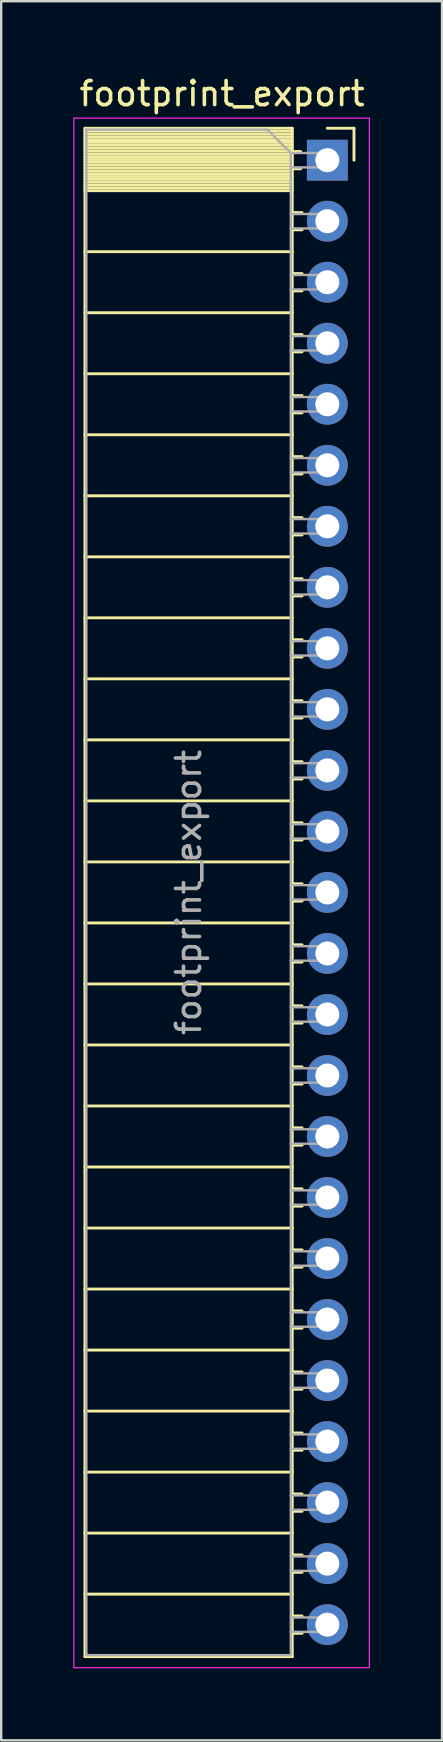
<source format=kicad_pcb>
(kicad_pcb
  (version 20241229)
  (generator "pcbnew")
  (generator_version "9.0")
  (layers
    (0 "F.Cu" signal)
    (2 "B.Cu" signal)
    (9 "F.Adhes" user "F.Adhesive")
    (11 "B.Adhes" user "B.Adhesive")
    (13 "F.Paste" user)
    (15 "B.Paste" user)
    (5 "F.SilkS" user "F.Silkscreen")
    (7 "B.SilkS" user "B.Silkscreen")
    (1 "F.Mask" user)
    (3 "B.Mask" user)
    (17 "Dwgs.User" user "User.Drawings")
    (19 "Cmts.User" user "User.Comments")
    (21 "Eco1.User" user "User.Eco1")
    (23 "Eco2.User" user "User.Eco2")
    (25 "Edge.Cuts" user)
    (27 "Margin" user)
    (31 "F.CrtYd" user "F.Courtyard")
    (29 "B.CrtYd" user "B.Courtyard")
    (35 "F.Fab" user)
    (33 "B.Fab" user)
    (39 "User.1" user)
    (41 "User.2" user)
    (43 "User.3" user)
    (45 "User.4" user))
  (footprint "footprint_export"
    (layer "F.Cu")
    (at 10.575 3.618)
    (property "Reference" "footprint_export" (at -4.38 -2.77 0) (layer "F.SilkS") (effects (font (size 1 1) (thickness 0.15))))
    (attr through_hole)
    (fp_line (start -10.09 -1.33) (end -10.09 62.29) (stroke (width 0.12) (type solid)) (layer "F.SilkS"))
    (fp_line (start -10.09 -1.33) (end -1.46 -1.33) (stroke (width 0.12) (type solid)) (layer "F.SilkS"))
    (fp_line (start -10.09 -1.21) (end -1.46 -1.21) (stroke (width 0.12) (type solid)) (layer "F.SilkS"))
    (fp_line (start -10.09 -1.092) (end -1.46 -1.092) (stroke (width 0.12) (type solid)) (layer "F.SilkS"))
    (fp_line (start -10.09 -0.974) (end -1.46 -0.974) (stroke (width 0.12) (type solid)) (layer "F.SilkS"))
    (fp_line (start -10.09 -0.856) (end -1.46 -0.856) (stroke (width 0.12) (type solid)) (layer "F.SilkS"))
    (fp_line (start -10.09 -0.738) (end -1.46 -0.738) (stroke (width 0.12) (type solid)) (layer "F.SilkS"))
    (fp_line (start -10.09 -0.62) (end -1.46 -0.62) (stroke (width 0.12) (type solid)) (layer "F.SilkS"))
    (fp_line (start -10.09 -0.501) (end -1.46 -0.501) (stroke (width 0.12) (type solid)) (layer "F.SilkS"))
    (fp_line (start -10.09 -0.383) (end -1.46 -0.383) (stroke (width 0.12) (type solid)) (layer "F.SilkS"))
    (fp_line (start -10.09 -0.265) (end -1.46 -0.265) (stroke (width 0.12) (type solid)) (layer "F.SilkS"))
    (fp_line (start -10.09 -0.147) (end -1.46 -0.147) (stroke (width 0.12) (type solid)) (layer "F.SilkS"))
    (fp_line (start -10.09 -0.029) (end -1.46 -0.029) (stroke (width 0.12) (type solid)) (layer "F.SilkS"))
    (fp_line (start -10.09 0.089) (end -1.46 0.089) (stroke (width 0.12) (type solid)) (layer "F.SilkS"))
    (fp_line (start -10.09 0.207) (end -1.46 0.207) (stroke (width 0.12) (type solid)) (layer "F.SilkS"))
    (fp_line (start -10.09 0.325) (end -1.46 0.325) (stroke (width 0.12) (type solid)) (layer "F.SilkS"))
    (fp_line (start -10.09 0.443) (end -1.46 0.443) (stroke (width 0.12) (type solid)) (layer "F.SilkS"))
    (fp_line (start -10.09 0.561) (end -1.46 0.561) (stroke (width 0.12) (type solid)) (layer "F.SilkS"))
    (fp_line (start -10.09 0.68) (end -1.46 0.68) (stroke (width 0.12) (type solid)) (layer "F.SilkS"))
    (fp_line (start -10.09 0.798) (end -1.46 0.798) (stroke (width 0.12) (type solid)) (layer "F.SilkS"))
    (fp_line (start -10.09 0.916) (end -1.46 0.916) (stroke (width 0.12) (type solid)) (layer "F.SilkS"))
    (fp_line (start -10.09 1.034) (end -1.46 1.034) (stroke (width 0.12) (type solid)) (layer "F.SilkS"))
    (fp_line (start -10.09 1.152) (end -1.46 1.152) (stroke (width 0.12) (type solid)) (layer "F.SilkS"))
    (fp_line (start -10.09 1.27) (end -1.46 1.27) (stroke (width 0.12) (type solid)) (layer "F.SilkS"))
    (fp_line (start -10.09 3.81) (end -1.46 3.81) (stroke (width 0.12) (type solid)) (layer "F.SilkS"))
    (fp_line (start -10.09 6.35) (end -1.46 6.35) (stroke (width 0.12) (type solid)) (layer "F.SilkS"))
    (fp_line (start -10.09 8.89) (end -1.46 8.89) (stroke (width 0.12) (type solid)) (layer "F.SilkS"))
    (fp_line (start -10.09 11.43) (end -1.46 11.43) (stroke (width 0.12) (type solid)) (layer "F.SilkS"))
    (fp_line (start -10.09 13.97) (end -1.46 13.97) (stroke (width 0.12) (type solid)) (layer "F.SilkS"))
    (fp_line (start -10.09 16.51) (end -1.46 16.51) (stroke (width 0.12) (type solid)) (layer "F.SilkS"))
    (fp_line (start -10.09 19.05) (end -1.46 19.05) (stroke (width 0.12) (type solid)) (layer "F.SilkS"))
    (fp_line (start -10.09 21.59) (end -1.46 21.59) (stroke (width 0.12) (type solid)) (layer "F.SilkS"))
    (fp_line (start -10.09 24.13) (end -1.46 24.13) (stroke (width 0.12) (type solid)) (layer "F.SilkS"))
    (fp_line (start -10.09 26.67) (end -1.46 26.67) (stroke (width 0.12) (type solid)) (layer "F.SilkS"))
    (fp_line (start -10.09 29.21) (end -1.46 29.21) (stroke (width 0.12) (type solid)) (layer "F.SilkS"))
    (fp_line (start -10.09 31.75) (end -1.46 31.75) (stroke (width 0.12) (type solid)) (layer "F.SilkS"))
    (fp_line (start -10.09 34.29) (end -1.46 34.29) (stroke (width 0.12) (type solid)) (layer "F.SilkS"))
    (fp_line (start -10.09 36.83) (end -1.46 36.83) (stroke (width 0.12) (type solid)) (layer "F.SilkS"))
    (fp_line (start -10.09 39.37) (end -1.46 39.37) (stroke (width 0.12) (type solid)) (layer "F.SilkS"))
    (fp_line (start -10.09 41.91) (end -1.46 41.91) (stroke (width 0.12) (type solid)) (layer "F.SilkS"))
    (fp_line (start -10.09 44.45) (end -1.46 44.45) (stroke (width 0.12) (type solid)) (layer "F.SilkS"))
    (fp_line (start -10.09 46.99) (end -1.46 46.99) (stroke (width 0.12) (type solid)) (layer "F.SilkS"))
    (fp_line (start -10.09 49.53) (end -1.46 49.53) (stroke (width 0.12) (type solid)) (layer "F.SilkS"))
    (fp_line (start -10.09 52.07) (end -1.46 52.07) (stroke (width 0.12) (type solid)) (layer "F.SilkS"))
    (fp_line (start -10.09 54.61) (end -1.46 54.61) (stroke (width 0.12) (type solid)) (layer "F.SilkS"))
    (fp_line (start -10.09 57.15) (end -1.46 57.15) (stroke (width 0.12) (type solid)) (layer "F.SilkS"))
    (fp_line (start -10.09 59.69) (end -1.46 59.69) (stroke (width 0.12) (type solid)) (layer "F.SilkS"))
    (fp_line (start -10.09 62.29) (end -1.46 62.29) (stroke (width 0.12) (type solid)) (layer "F.SilkS"))
    (fp_line (start -1.46 -1.33) (end -1.46 62.29) (stroke (width 0.12) (type solid)) (layer "F.SilkS"))
    (fp_line (start -1.46 -0.36) (end -1.11 -0.36) (stroke (width 0.12) (type solid)) (layer "F.SilkS"))
    (fp_line (start -1.46 0.36) (end -1.11 0.36) (stroke (width 0.12) (type solid)) (layer "F.SilkS"))
    (fp_line (start -1.46 2.18) (end -1.05 2.18) (stroke (width 0.12) (type solid)) (layer "F.SilkS"))
    (fp_line (start -1.46 2.9) (end -1.05 2.9) (stroke (width 0.12) (type solid)) (layer "F.SilkS"))
    (fp_line (start -1.46 4.72) (end -1.05 4.72) (stroke (width 0.12) (type solid)) (layer "F.SilkS"))
    (fp_line (start -1.46 5.44) (end -1.05 5.44) (stroke (width 0.12) (type solid)) (layer "F.SilkS"))
    (fp_line (start -1.46 7.26) (end -1.05 7.26) (stroke (width 0.12) (type solid)) (layer "F.SilkS"))
    (fp_line (start -1.46 7.98) (end -1.05 7.98) (stroke (width 0.12) (type solid)) (layer "F.SilkS"))
    (fp_line (start -1.46 9.8) (end -1.05 9.8) (stroke (width 0.12) (type solid)) (layer "F.SilkS"))
    (fp_line (start -1.46 10.52) (end -1.05 10.52) (stroke (width 0.12) (type solid)) (layer "F.SilkS"))
    (fp_line (start -1.46 12.34) (end -1.05 12.34) (stroke (width 0.12) (type solid)) (layer "F.SilkS"))
    (fp_line (start -1.46 13.06) (end -1.05 13.06) (stroke (width 0.12) (type solid)) (layer "F.SilkS"))
    (fp_line (start -1.46 14.88) (end -1.05 14.88) (stroke (width 0.12) (type solid)) (layer "F.SilkS"))
    (fp_line (start -1.46 15.6) (end -1.05 15.6) (stroke (width 0.12) (type solid)) (layer "F.SilkS"))
    (fp_line (start -1.46 17.42) (end -1.05 17.42) (stroke (width 0.12) (type solid)) (layer "F.SilkS"))
    (fp_line (start -1.46 18.14) (end -1.05 18.14) (stroke (width 0.12) (type solid)) (layer "F.SilkS"))
    (fp_line (start -1.46 19.96) (end -1.05 19.96) (stroke (width 0.12) (type solid)) (layer "F.SilkS"))
    (fp_line (start -1.46 20.68) (end -1.05 20.68) (stroke (width 0.12) (type solid)) (layer "F.SilkS"))
    (fp_line (start -1.46 22.5) (end -1.05 22.5) (stroke (width 0.12) (type solid)) (layer "F.SilkS"))
    (fp_line (start -1.46 23.22) (end -1.05 23.22) (stroke (width 0.12) (type solid)) (layer "F.SilkS"))
    (fp_line (start -1.46 25.04) (end -1.05 25.04) (stroke (width 0.12) (type solid)) (layer "F.SilkS"))
    (fp_line (start -1.46 25.76) (end -1.05 25.76) (stroke (width 0.12) (type solid)) (layer "F.SilkS"))
    (fp_line (start -1.46 27.58) (end -1.05 27.58) (stroke (width 0.12) (type solid)) (layer "F.SilkS"))
    (fp_line (start -1.46 28.3) (end -1.05 28.3) (stroke (width 0.12) (type solid)) (layer "F.SilkS"))
    (fp_line (start -1.46 30.12) (end -1.05 30.12) (stroke (width 0.12) (type solid)) (layer "F.SilkS"))
    (fp_line (start -1.46 30.84) (end -1.05 30.84) (stroke (width 0.12) (type solid)) (layer "F.SilkS"))
    (fp_line (start -1.46 32.66) (end -1.05 32.66) (stroke (width 0.12) (type solid)) (layer "F.SilkS"))
    (fp_line (start -1.46 33.38) (end -1.05 33.38) (stroke (width 0.12) (type solid)) (layer "F.SilkS"))
    (fp_line (start -1.46 35.2) (end -1.05 35.2) (stroke (width 0.12) (type solid)) (layer "F.SilkS"))
    (fp_line (start -1.46 35.92) (end -1.05 35.92) (stroke (width 0.12) (type solid)) (layer "F.SilkS"))
    (fp_line (start -1.46 37.74) (end -1.05 37.74) (stroke (width 0.12) (type solid)) (layer "F.SilkS"))
    (fp_line (start -1.46 38.46) (end -1.05 38.46) (stroke (width 0.12) (type solid)) (layer "F.SilkS"))
    (fp_line (start -1.46 40.28) (end -1.05 40.28) (stroke (width 0.12) (type solid)) (layer "F.SilkS"))
    (fp_line (start -1.46 41) (end -1.05 41) (stroke (width 0.12) (type solid)) (layer "F.SilkS"))
    (fp_line (start -1.46 42.82) (end -1.05 42.82) (stroke (width 0.12) (type solid)) (layer "F.SilkS"))
    (fp_line (start -1.46 43.54) (end -1.05 43.54) (stroke (width 0.12) (type solid)) (layer "F.SilkS"))
    (fp_line (start -1.46 45.36) (end -1.05 45.36) (stroke (width 0.12) (type solid)) (layer "F.SilkS"))
    (fp_line (start -1.46 46.08) (end -1.05 46.08) (stroke (width 0.12) (type solid)) (layer "F.SilkS"))
    (fp_line (start -1.46 47.9) (end -1.05 47.9) (stroke (width 0.12) (type solid)) (layer "F.SilkS"))
    (fp_line (start -1.46 48.62) (end -1.05 48.62) (stroke (width 0.12) (type solid)) (layer "F.SilkS"))
    (fp_line (start -1.46 50.44) (end -1.05 50.44) (stroke (width 0.12) (type solid)) (layer "F.SilkS"))
    (fp_line (start -1.46 51.16) (end -1.05 51.16) (stroke (width 0.12) (type solid)) (layer "F.SilkS"))
    (fp_line (start -1.46 52.98) (end -1.05 52.98) (stroke (width 0.12) (type solid)) (layer "F.SilkS"))
    (fp_line (start -1.46 53.7) (end -1.05 53.7) (stroke (width 0.12) (type solid)) (layer "F.SilkS"))
    (fp_line (start -1.46 55.52) (end -1.05 55.52) (stroke (width 0.12) (type solid)) (layer "F.SilkS"))
    (fp_line (start -1.46 56.24) (end -1.05 56.24) (stroke (width 0.12) (type solid)) (layer "F.SilkS"))
    (fp_line (start -1.46 58.06) (end -1.05 58.06) (stroke (width 0.12) (type solid)) (layer "F.SilkS"))
    (fp_line (start -1.46 58.78) (end -1.05 58.78) (stroke (width 0.12) (type solid)) (layer "F.SilkS"))
    (fp_line (start -1.46 60.6) (end -1.05 60.6) (stroke (width 0.12) (type solid)) (layer "F.SilkS"))
    (fp_line (start -1.46 61.32) (end -1.05 61.32) (stroke (width 0.12) (type solid)) (layer "F.SilkS"))
    (fp_line (start 0 -1.33) (end 1.11 -1.33) (stroke (width 0.12) (type solid)) (layer "F.SilkS"))
    (fp_line (start 1.11 -1.33) (end 1.11 0) (stroke (width 0.12) (type solid)) (layer "F.SilkS"))
    (fp_line (start -10.55 -1.75) (end -10.55 62.75) (stroke (width 0.05) (type solid)) (layer "F.CrtYd"))
    (fp_line (start -10.55 62.75) (end 1.75 62.75) (stroke (width 0.05) (type solid)) (layer "F.CrtYd"))
    (fp_line (start 1.75 -1.75) (end -10.55 -1.75) (stroke (width 0.05) (type solid)) (layer "F.CrtYd"))
    (fp_line (start 1.75 62.75) (end 1.75 -1.75) (stroke (width 0.05) (type solid)) (layer "F.CrtYd"))
    (fp_line (start -10.03 -1.27) (end -2.49 -1.27) (stroke (width 0.1) (type solid)) (layer "F.Fab"))
    (fp_line (start -10.03 62.23) (end -10.03 -1.27) (stroke (width 0.1) (type solid)) (layer "F.Fab"))
    (fp_line (start -2.49 -1.27) (end -1.52 -0.3) (stroke (width 0.1) (type solid)) (layer "F.Fab"))
    (fp_line (start -1.52 -0.3) (end -1.52 62.23) (stroke (width 0.1) (type solid)) (layer "F.Fab"))
    (fp_line (start -1.52 0.3) (end 0 0.3) (stroke (width 0.1) (type solid)) (layer "F.Fab"))
    (fp_line (start -1.52 2.84) (end 0 2.84) (stroke (width 0.1) (type solid)) (layer "F.Fab"))
    (fp_line (start -1.52 5.38) (end 0 5.38) (stroke (width 0.1) (type solid)) (layer "F.Fab"))
    (fp_line (start -1.52 7.92) (end 0 7.92) (stroke (width 0.1) (type solid)) (layer "F.Fab"))
    (fp_line (start -1.52 10.46) (end 0 10.46) (stroke (width 0.1) (type solid)) (layer "F.Fab"))
    (fp_line (start -1.52 13) (end 0 13) (stroke (width 0.1) (type solid)) (layer "F.Fab"))
    (fp_line (start -1.52 15.54) (end 0 15.54) (stroke (width 0.1) (type solid)) (layer "F.Fab"))
    (fp_line (start -1.52 18.08) (end 0 18.08) (stroke (width 0.1) (type solid)) (layer "F.Fab"))
    (fp_line (start -1.52 20.62) (end 0 20.62) (stroke (width 0.1) (type solid)) (layer "F.Fab"))
    (fp_line (start -1.52 23.16) (end 0 23.16) (stroke (width 0.1) (type solid)) (layer "F.Fab"))
    (fp_line (start -1.52 25.7) (end 0 25.7) (stroke (width 0.1) (type solid)) (layer "F.Fab"))
    (fp_line (start -1.52 28.24) (end 0 28.24) (stroke (width 0.1) (type solid)) (layer "F.Fab"))
    (fp_line (start -1.52 30.78) (end 0 30.78) (stroke (width 0.1) (type solid)) (layer "F.Fab"))
    (fp_line (start -1.52 33.32) (end 0 33.32) (stroke (width 0.1) (type solid)) (layer "F.Fab"))
    (fp_line (start -1.52 35.86) (end 0 35.86) (stroke (width 0.1) (type solid)) (layer "F.Fab"))
    (fp_line (start -1.52 38.4) (end 0 38.4) (stroke (width 0.1) (type solid)) (layer "F.Fab"))
    (fp_line (start -1.52 40.94) (end 0 40.94) (stroke (width 0.1) (type solid)) (layer "F.Fab"))
    (fp_line (start -1.52 43.48) (end 0 43.48) (stroke (width 0.1) (type solid)) (layer "F.Fab"))
    (fp_line (start -1.52 46.02) (end 0 46.02) (stroke (width 0.1) (type solid)) (layer "F.Fab"))
    (fp_line (start -1.52 48.56) (end 0 48.56) (stroke (width 0.1) (type solid)) (layer "F.Fab"))
    (fp_line (start -1.52 51.1) (end 0 51.1) (stroke (width 0.1) (type solid)) (layer "F.Fab"))
    (fp_line (start -1.52 53.64) (end 0 53.64) (stroke (width 0.1) (type solid)) (layer "F.Fab"))
    (fp_line (start -1.52 56.18) (end 0 56.18) (stroke (width 0.1) (type solid)) (layer "F.Fab"))
    (fp_line (start -1.52 58.72) (end 0 58.72) (stroke (width 0.1) (type solid)) (layer "F.Fab"))
    (fp_line (start -1.52 61.26) (end 0 61.26) (stroke (width 0.1) (type solid)) (layer "F.Fab"))
    (fp_line (start -1.52 62.23) (end -10.03 62.23) (stroke (width 0.1) (type solid)) (layer "F.Fab"))
    (fp_line (start 0 -0.3) (end -1.52 -0.3) (stroke (width 0.1) (type solid)) (layer "F.Fab"))
    (fp_line (start 0 0.3) (end 0 -0.3) (stroke (width 0.1) (type solid)) (layer "F.Fab"))
    (fp_line (start 0 2.24) (end -1.52 2.24) (stroke (width 0.1) (type solid)) (layer "F.Fab"))
    (fp_line (start 0 2.84) (end 0 2.24) (stroke (width 0.1) (type solid)) (layer "F.Fab"))
    (fp_line (start 0 4.78) (end -1.52 4.78) (stroke (width 0.1) (type solid)) (layer "F.Fab"))
    (fp_line (start 0 5.38) (end 0 4.78) (stroke (width 0.1) (type solid)) (layer "F.Fab"))
    (fp_line (start 0 7.32) (end -1.52 7.32) (stroke (width 0.1) (type solid)) (layer "F.Fab"))
    (fp_line (start 0 7.92) (end 0 7.32) (stroke (width 0.1) (type solid)) (layer "F.Fab"))
    (fp_line (start 0 9.86) (end -1.52 9.86) (stroke (width 0.1) (type solid)) (layer "F.Fab"))
    (fp_line (start 0 10.46) (end 0 9.86) (stroke (width 0.1) (type solid)) (layer "F.Fab"))
    (fp_line (start 0 12.4) (end -1.52 12.4) (stroke (width 0.1) (type solid)) (layer "F.Fab"))
    (fp_line (start 0 13) (end 0 12.4) (stroke (width 0.1) (type solid)) (layer "F.Fab"))
    (fp_line (start 0 14.94) (end -1.52 14.94) (stroke (width 0.1) (type solid)) (layer "F.Fab"))
    (fp_line (start 0 15.54) (end 0 14.94) (stroke (width 0.1) (type solid)) (layer "F.Fab"))
    (fp_line (start 0 17.48) (end -1.52 17.48) (stroke (width 0.1) (type solid)) (layer "F.Fab"))
    (fp_line (start 0 18.08) (end 0 17.48) (stroke (width 0.1) (type solid)) (layer "F.Fab"))
    (fp_line (start 0 20.02) (end -1.52 20.02) (stroke (width 0.1) (type solid)) (layer "F.Fab"))
    (fp_line (start 0 20.62) (end 0 20.02) (stroke (width 0.1) (type solid)) (layer "F.Fab"))
    (fp_line (start 0 22.56) (end -1.52 22.56) (stroke (width 0.1) (type solid)) (layer "F.Fab"))
    (fp_line (start 0 23.16) (end 0 22.56) (stroke (width 0.1) (type solid)) (layer "F.Fab"))
    (fp_line (start 0 25.1) (end -1.52 25.1) (stroke (width 0.1) (type solid)) (layer "F.Fab"))
    (fp_line (start 0 25.7) (end 0 25.1) (stroke (width 0.1) (type solid)) (layer "F.Fab"))
    (fp_line (start 0 27.64) (end -1.52 27.64) (stroke (width 0.1) (type solid)) (layer "F.Fab"))
    (fp_line (start 0 28.24) (end 0 27.64) (stroke (width 0.1) (type solid)) (layer "F.Fab"))
    (fp_line (start 0 30.18) (end -1.52 30.18) (stroke (width 0.1) (type solid)) (layer "F.Fab"))
    (fp_line (start 0 30.78) (end 0 30.18) (stroke (width 0.1) (type solid)) (layer "F.Fab"))
    (fp_line (start 0 32.72) (end -1.52 32.72) (stroke (width 0.1) (type solid)) (layer "F.Fab"))
    (fp_line (start 0 33.32) (end 0 32.72) (stroke (width 0.1) (type solid)) (layer "F.Fab"))
    (fp_line (start 0 35.26) (end -1.52 35.26) (stroke (width 0.1) (type solid)) (layer "F.Fab"))
    (fp_line (start 0 35.86) (end 0 35.26) (stroke (width 0.1) (type solid)) (layer "F.Fab"))
    (fp_line (start 0 37.8) (end -1.52 37.8) (stroke (width 0.1) (type solid)) (layer "F.Fab"))
    (fp_line (start 0 38.4) (end 0 37.8) (stroke (width 0.1) (type solid)) (layer "F.Fab"))
    (fp_line (start 0 40.34) (end -1.52 40.34) (stroke (width 0.1) (type solid)) (layer "F.Fab"))
    (fp_line (start 0 40.94) (end 0 40.34) (stroke (width 0.1) (type solid)) (layer "F.Fab"))
    (fp_line (start 0 42.88) (end -1.52 42.88) (stroke (width 0.1) (type solid)) (layer "F.Fab"))
    (fp_line (start 0 43.48) (end 0 42.88) (stroke (width 0.1) (type solid)) (layer "F.Fab"))
    (fp_line (start 0 45.42) (end -1.52 45.42) (stroke (width 0.1) (type solid)) (layer "F.Fab"))
    (fp_line (start 0 46.02) (end 0 45.42) (stroke (width 0.1) (type solid)) (layer "F.Fab"))
    (fp_line (start 0 47.96) (end -1.52 47.96) (stroke (width 0.1) (type solid)) (layer "F.Fab"))
    (fp_line (start 0 48.56) (end 0 47.96) (stroke (width 0.1) (type solid)) (layer "F.Fab"))
    (fp_line (start 0 50.5) (end -1.52 50.5) (stroke (width 0.1) (type solid)) (layer "F.Fab"))
    (fp_line (start 0 51.1) (end 0 50.5) (stroke (width 0.1) (type solid)) (layer "F.Fab"))
    (fp_line (start 0 53.04) (end -1.52 53.04) (stroke (width 0.1) (type solid)) (layer "F.Fab"))
    (fp_line (start 0 53.64) (end 0 53.04) (stroke (width 0.1) (type solid)) (layer "F.Fab"))
    (fp_line (start 0 55.58) (end -1.52 55.58) (stroke (width 0.1) (type solid)) (layer "F.Fab"))
    (fp_line (start 0 56.18) (end 0 55.58) (stroke (width 0.1) (type solid)) (layer "F.Fab"))
    (fp_line (start 0 58.12) (end -1.52 58.12) (stroke (width 0.1) (type solid)) (layer "F.Fab"))
    (fp_line (start 0 58.72) (end 0 58.12) (stroke (width 0.1) (type solid)) (layer "F.Fab"))
    (fp_line (start 0 60.66) (end -1.52 60.66) (stroke (width 0.1) (type solid)) (layer "F.Fab"))
    (fp_line (start 0 61.26) (end 0 60.66) (stroke (width 0.1) (type solid)) (layer "F.Fab"))
    (fp_text user "${REFERENCE}" (at -5.775 30.48 90) (layer "F.Fab") (effects (font (size 1 1) (thickness 0.15))))
    (pad "1" thru_hole rect (at 0 0) (size 1.7 1.7) (drill 1) (layers "*.Cu" "*.Mask"))
    (pad "2" thru_hole oval (at 0 2.54) (size 1.7 1.7) (drill 1) (layers "*.Cu" "*.Mask"))
    (pad "3" thru_hole oval (at 0 5.08) (size 1.7 1.7) (drill 1) (layers "*.Cu" "*.Mask"))
    (pad "4" thru_hole oval (at 0 7.62) (size 1.7 1.7) (drill 1) (layers "*.Cu" "*.Mask"))
    (pad "5" thru_hole oval (at 0 10.16) (size 1.7 1.7) (drill 1) (layers "*.Cu" "*.Mask"))
    (pad "6" thru_hole oval (at 0 12.7) (size 1.7 1.7) (drill 1) (layers "*.Cu" "*.Mask"))
    (pad "7" thru_hole oval (at 0 15.24) (size 1.7 1.7) (drill 1) (layers "*.Cu" "*.Mask"))
    (pad "8" thru_hole oval (at 0 17.78) (size 1.7 1.7) (drill 1) (layers "*.Cu" "*.Mask"))
    (pad "9" thru_hole oval (at 0 20.32) (size 1.7 1.7) (drill 1) (layers "*.Cu" "*.Mask"))
    (pad "10" thru_hole oval (at 0 22.86) (size 1.7 1.7) (drill 1) (layers "*.Cu" "*.Mask"))
    (pad "11" thru_hole oval (at 0 25.4) (size 1.7 1.7) (drill 1) (layers "*.Cu" "*.Mask"))
    (pad "12" thru_hole oval (at 0 27.94) (size 1.7 1.7) (drill 1) (layers "*.Cu" "*.Mask"))
    (pad "13" thru_hole oval (at 0 30.48) (size 1.7 1.7) (drill 1) (layers "*.Cu" "*.Mask"))
    (pad "14" thru_hole oval (at 0 33.02) (size 1.7 1.7) (drill 1) (layers "*.Cu" "*.Mask"))
    (pad "15" thru_hole oval (at 0 35.56) (size 1.7 1.7) (drill 1) (layers "*.Cu" "*.Mask"))
    (pad "16" thru_hole oval (at 0 38.1) (size 1.7 1.7) (drill 1) (layers "*.Cu" "*.Mask"))
    (pad "17" thru_hole oval (at 0 40.64) (size 1.7 1.7) (drill 1) (layers "*.Cu" "*.Mask"))
    (pad "18" thru_hole oval (at 0 43.18) (size 1.7 1.7) (drill 1) (layers "*.Cu" "*.Mask"))
    (pad "19" thru_hole oval (at 0 45.72) (size 1.7 1.7) (drill 1) (layers "*.Cu" "*.Mask"))
    (pad "20" thru_hole oval (at 0 48.26) (size 1.7 1.7) (drill 1) (layers "*.Cu" "*.Mask"))
    (pad "21" thru_hole oval (at 0 50.8) (size 1.7 1.7) (drill 1) (layers "*.Cu" "*.Mask"))
    (pad "22" thru_hole oval (at 0 53.34) (size 1.7 1.7) (drill 1) (layers "*.Cu" "*.Mask"))
    (pad "23" thru_hole oval (at 0 55.88) (size 1.7 1.7) (drill 1) (layers "*.Cu" "*.Mask"))
    (pad "24" thru_hole oval (at 0 58.42) (size 1.7 1.7) (drill 1) (layers "*.Cu" "*.Mask"))
    (pad "25" thru_hole oval (at 0 60.96) (size 1.7 1.7) (drill 1) (layers "*.Cu" "*.Mask")))
  (gr_rect
    (start -3 -3)
    (end 15.35 69.393)
    (stroke (width 0.1) (type default))
    (fill no)
    (layer "Edge.Cuts")))
</source>
